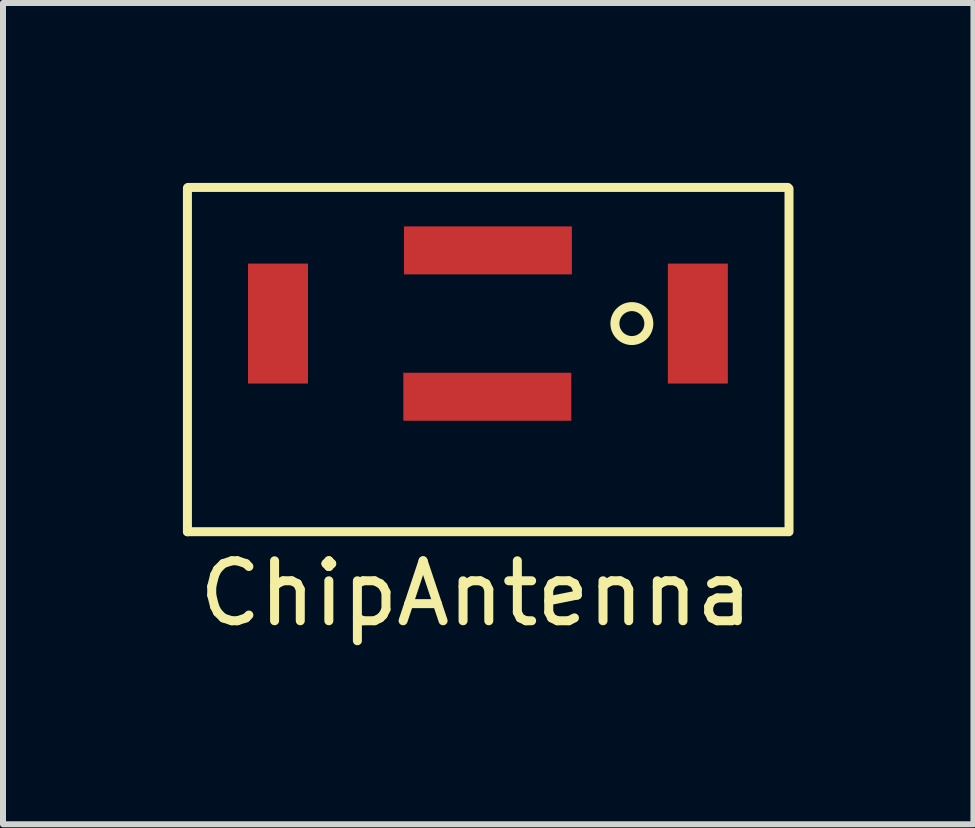
<source format=kicad_pcb>
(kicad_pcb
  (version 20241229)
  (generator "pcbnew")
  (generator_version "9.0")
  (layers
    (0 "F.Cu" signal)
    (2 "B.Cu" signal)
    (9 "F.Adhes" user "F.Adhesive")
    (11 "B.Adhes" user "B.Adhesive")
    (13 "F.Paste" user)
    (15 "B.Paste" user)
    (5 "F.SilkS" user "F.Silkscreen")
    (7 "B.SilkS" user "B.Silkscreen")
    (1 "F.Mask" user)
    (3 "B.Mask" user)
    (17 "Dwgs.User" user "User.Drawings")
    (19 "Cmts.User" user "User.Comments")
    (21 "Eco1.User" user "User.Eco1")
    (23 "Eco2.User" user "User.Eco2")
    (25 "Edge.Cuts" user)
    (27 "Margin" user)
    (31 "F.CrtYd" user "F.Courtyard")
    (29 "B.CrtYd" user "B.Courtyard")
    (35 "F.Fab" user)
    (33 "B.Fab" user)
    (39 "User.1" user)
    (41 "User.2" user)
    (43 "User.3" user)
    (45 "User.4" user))
  (footprint "ChipAntenna"
    (layer "F.Cu")
    (at 8.585 2.345)
    (property "Reference" "ChipAntenna" (at -3.7 4.5 0) (layer "F.SilkS") (effects (font (size 1 1) (thickness 0.15))))
    (attr through_hole)
    (fp_line (start -8.51 -2.26) (end -8.51 3.47) (stroke (width 0.15) (type solid)) (layer "F.SilkS"))
    (fp_line (start -8.51 3.47) (end -8.49 3.46) (stroke (width 0.15) (type solid)) (layer "F.SilkS"))
    (fp_line (start -8.5 -2.27) (end 1.5 -2.27) (stroke (width 0.15) (type solid)) (layer "F.SilkS"))
    (fp_line (start -8.5 3.47) (end 1.5 3.47) (stroke (width 0.15) (type solid)) (layer "F.SilkS"))
    (fp_line (start 1.52 -2.25) (end 1.52 3.47) (stroke (width 0.15) (type solid)) (layer "F.SilkS"))
    (fp_circle (center -1.1 0) (end -0.9 0.2) (stroke (width 0.15) (type solid)) (fill no) (layer "F.SilkS"))
    (pad "1" smd rect (at 0 0) (size 1 2) (layers "F.Cu" "F.Mask" "F.Paste"))
    (pad "2" smd rect (at -3.51 1.22) (size 2.8 0.8) (layers "F.Cu" "F.Mask" "F.Paste"))
    (pad "3" smd rect (at -7 0) (size 1 2) (layers "F.Cu" "F.Mask" "F.Paste"))
    (pad "4" smd rect (at -3.5 -1.22) (size 2.8 0.8) (layers "F.Cu" "F.Mask" "F.Paste")))
  (gr_rect
    (start -3 -3)
    (end 13.18 10.693)
    (stroke (width 0.1) (type default))
    (fill no)
    (layer "Edge.Cuts")))
</source>
